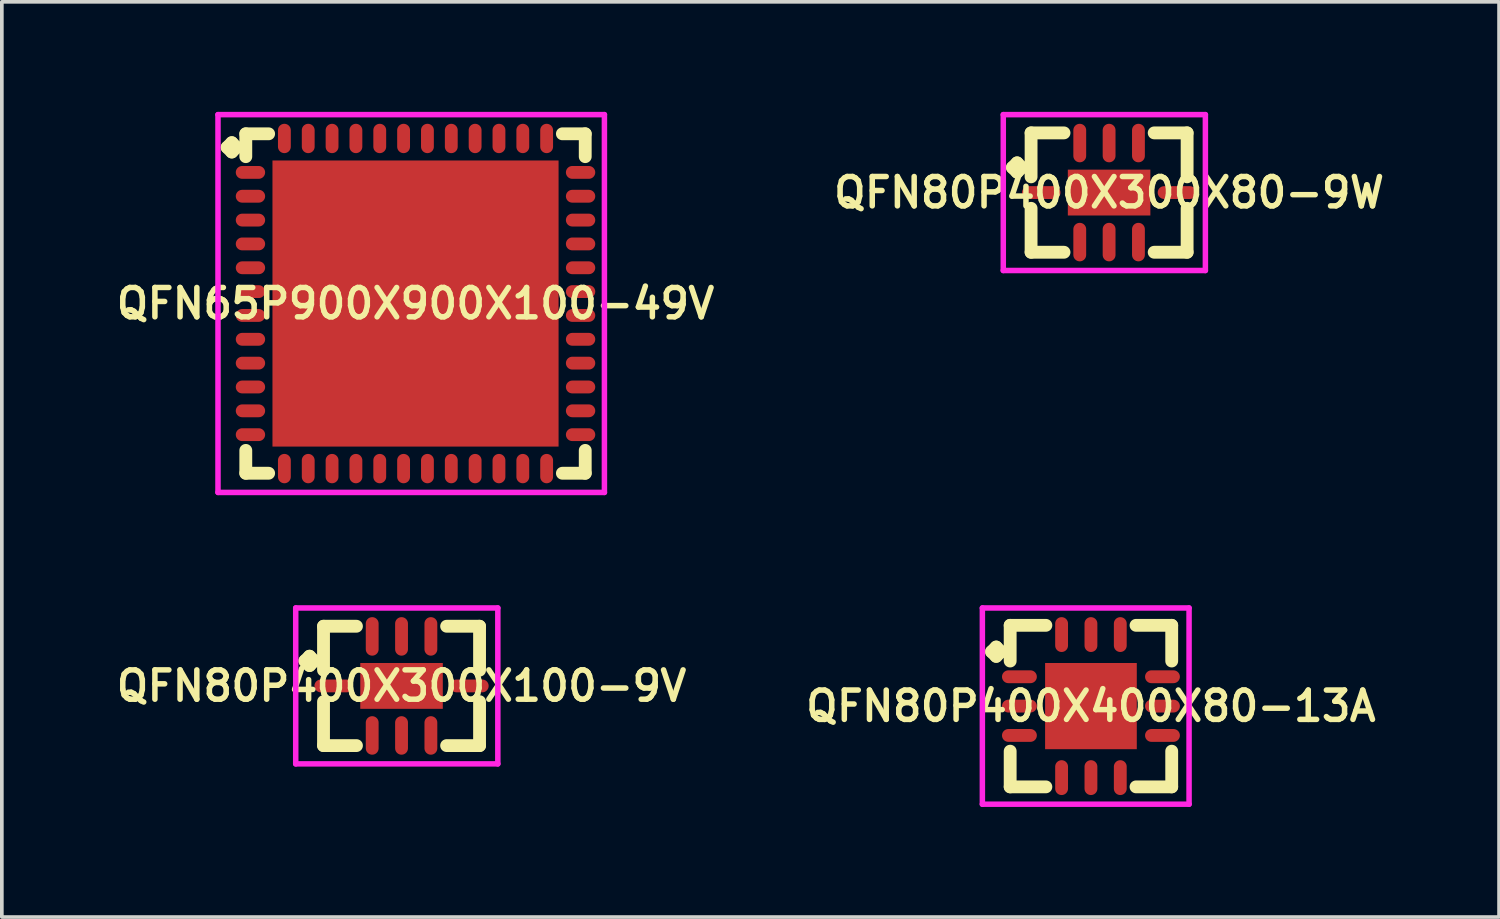
<source format=kicad_pcb>
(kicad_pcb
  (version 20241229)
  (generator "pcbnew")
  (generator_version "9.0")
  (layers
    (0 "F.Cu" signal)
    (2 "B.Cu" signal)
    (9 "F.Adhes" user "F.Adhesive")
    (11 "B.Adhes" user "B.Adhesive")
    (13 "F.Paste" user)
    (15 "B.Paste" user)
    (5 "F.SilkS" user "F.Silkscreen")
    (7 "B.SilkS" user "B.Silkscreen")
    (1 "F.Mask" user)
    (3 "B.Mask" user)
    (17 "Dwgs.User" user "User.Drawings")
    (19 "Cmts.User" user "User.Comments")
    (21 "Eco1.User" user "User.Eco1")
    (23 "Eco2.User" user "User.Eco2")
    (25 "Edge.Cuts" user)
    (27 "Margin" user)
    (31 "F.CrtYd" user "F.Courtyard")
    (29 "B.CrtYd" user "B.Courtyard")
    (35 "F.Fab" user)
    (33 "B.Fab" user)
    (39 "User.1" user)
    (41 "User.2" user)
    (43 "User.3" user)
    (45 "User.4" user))
  (footprint "QFN80P400X300X80-9W"
    (layer "F.Cu")
    (at 27.187 2.2)
    (property "Reference" "QFN80P400X300X80-9W" (at 0 0 0) (layer "F.SilkS") (effects (font (size 0.8 0.8) (thickness 0.15))))
    (attr smd)
    (fp_line (start -2.635 -0.683) (end -2.508 -0.81) (stroke (width 0.35) (type solid)) (layer "F.SilkS"))
    (fp_line (start -2.508 -0.81) (end -2.381 -0.683) (stroke (width 0.35) (type solid)) (layer "F.SilkS"))
    (fp_line (start -2.508 -0.556) (end -2.635 -0.683) (stroke (width 0.35) (type solid)) (layer "F.SilkS"))
    (fp_line (start -2.381 -0.683) (end -2.508 -0.556) (stroke (width 0.35) (type solid)) (layer "F.SilkS"))
    (fp_line (start -2.127 -1.627) (end -1.229 -1.627) (stroke (width 0.35) (type solid)) (layer "F.SilkS"))
    (fp_line (start -2.127 -0.429) (end -2.127 -1.627) (stroke (width 0.35) (type solid)) (layer "F.SilkS"))
    (fp_line (start -2.127 0.429) (end -2.127 1.627) (stroke (width 0.35) (type solid)) (layer "F.SilkS"))
    (fp_line (start -2.127 1.627) (end -1.229 1.627) (stroke (width 0.35) (type solid)) (layer "F.SilkS"))
    (fp_line (start 1.229 -1.627) (end 2.127 -1.627) (stroke (width 0.35) (type solid)) (layer "F.SilkS"))
    (fp_line (start 1.229 1.627) (end 2.127 1.627) (stroke (width 0.35) (type solid)) (layer "F.SilkS"))
    (fp_line (start 2.127 -1.627) (end 2.127 -0.429) (stroke (width 0.35) (type solid)) (layer "F.SilkS"))
    (fp_line (start 2.127 1.627) (end 2.127 0.429) (stroke (width 0.35) (type solid)) (layer "F.SilkS"))
    (fp_line (start -2.885 -2.125) (end 2.625 -2.125) (stroke (width 0.15) (type solid)) (layer "F.CrtYd"))
    (fp_line (start -2.885 2.125) (end -2.885 -2.125) (stroke (width 0.15) (type solid)) (layer "F.CrtYd"))
    (fp_line (start 2.625 -2.125) (end 2.625 2.125) (stroke (width 0.15) (type solid)) (layer "F.CrtYd"))
    (fp_line (start 2.625 2.125) (end -2.885 2.125) (stroke (width 0.15) (type solid)) (layer "F.CrtYd"))
    (pad "1" smd oval (at -1.85 0) (size 1.05 0.35) (layers "F.Cu" "F.Mask" "F.Paste"))
    (pad "2" smd oval (at -0.8 1.35) (size 0.35 1.05) (layers "F.Cu" "F.Mask" "F.Paste"))
    (pad "3" smd oval (at 0 1.35) (size 0.35 1.05) (layers "F.Cu" "F.Mask" "F.Paste"))
    (pad "4" smd oval (at 0.8 1.35) (size 0.35 1.05) (layers "F.Cu" "F.Mask" "F.Paste"))
    (pad "5" smd oval (at 1.85 0) (size 1.05 0.35) (layers "F.Cu" "F.Mask" "F.Paste"))
    (pad "6" smd oval (at 0.8 -1.35) (size 0.35 1.05) (layers "F.Cu" "F.Mask" "F.Paste"))
    (pad "7" smd oval (at 0 -1.35) (size 0.35 1.05) (layers "F.Cu" "F.Mask" "F.Paste"))
    (pad "8" smd oval (at -0.8 -1.35) (size 0.35 1.05) (layers "F.Cu" "F.Mask" "F.Paste"))
    (pad "9" smd rect (at 0 0) (size 2.25 1.25) (layers "F.Cu" "F.Mask" "F.Paste")))
  (footprint "QFN65P900X900X100-49V"
    (layer "F.Cu")
    (at 8.278 5.225)
    (property "Reference" "QFN65P900X900X100-49V" (at 0 0 0) (layer "F.SilkS") (effects (font (size 0.8 0.8) (thickness 0.15))))
    (attr smd)
    (fp_line (start -5.135 -4.258) (end -5.008 -4.385) (stroke (width 0.35) (type solid)) (layer "F.SilkS"))
    (fp_line (start -5.008 -4.385) (end -4.881 -4.258) (stroke (width 0.35) (type solid)) (layer "F.SilkS"))
    (fp_line (start -5.008 -4.131) (end -5.135 -4.258) (stroke (width 0.35) (type solid)) (layer "F.SilkS"))
    (fp_line (start -4.881 -4.258) (end -5.008 -4.131) (stroke (width 0.35) (type solid)) (layer "F.SilkS"))
    (fp_line (start -4.627 -4.627) (end -4.004 -4.627) (stroke (width 0.35) (type solid)) (layer "F.SilkS"))
    (fp_line (start -4.627 -4.004) (end -4.627 -4.627) (stroke (width 0.35) (type solid)) (layer "F.SilkS"))
    (fp_line (start -4.627 4.004) (end -4.627 4.627) (stroke (width 0.35) (type solid)) (layer "F.SilkS"))
    (fp_line (start -4.627 4.627) (end -4.004 4.627) (stroke (width 0.35) (type solid)) (layer "F.SilkS"))
    (fp_line (start 4.004 -4.627) (end 4.627 -4.627) (stroke (width 0.35) (type solid)) (layer "F.SilkS"))
    (fp_line (start 4.004 4.627) (end 4.627 4.627) (stroke (width 0.35) (type solid)) (layer "F.SilkS"))
    (fp_line (start 4.627 -4.627) (end 4.627 -4.004) (stroke (width 0.35) (type solid)) (layer "F.SilkS"))
    (fp_line (start 4.627 4.627) (end 4.627 4.004) (stroke (width 0.35) (type solid)) (layer "F.SilkS"))
    (fp_line (start -5.385 -5.15) (end 5.15 -5.15) (stroke (width 0.15) (type solid)) (layer "F.CrtYd"))
    (fp_line (start -5.385 5.15) (end -5.385 -5.15) (stroke (width 0.15) (type solid)) (layer "F.CrtYd"))
    (fp_line (start 5.15 -5.15) (end 5.15 5.15) (stroke (width 0.15) (type solid)) (layer "F.CrtYd"))
    (fp_line (start 5.15 5.15) (end -5.385 5.15) (stroke (width 0.15) (type solid)) (layer "F.CrtYd"))
    (pad "1" smd oval (at -4.5 -3.575) (size 0.8 0.35) (layers "F.Cu" "F.Mask" "F.Paste"))
    (pad "2" smd oval (at -4.5 -2.925) (size 0.8 0.35) (layers "F.Cu" "F.Mask" "F.Paste"))
    (pad "3" smd oval (at -4.5 -2.275) (size 0.8 0.35) (layers "F.Cu" "F.Mask" "F.Paste"))
    (pad "4" smd oval (at -4.5 -1.625) (size 0.8 0.35) (layers "F.Cu" "F.Mask" "F.Paste"))
    (pad "5" smd oval (at -4.5 -0.975) (size 0.8 0.35) (layers "F.Cu" "F.Mask" "F.Paste"))
    (pad "6" smd oval (at -4.5 -0.325) (size 0.8 0.35) (layers "F.Cu" "F.Mask" "F.Paste"))
    (pad "7" smd oval (at -4.5 0.325) (size 0.8 0.35) (layers "F.Cu" "F.Mask" "F.Paste"))
    (pad "8" smd oval (at -4.5 0.975) (size 0.8 0.35) (layers "F.Cu" "F.Mask" "F.Paste"))
    (pad "9" smd oval (at -4.5 1.625) (size 0.8 0.35) (layers "F.Cu" "F.Mask" "F.Paste"))
    (pad "10" smd oval (at -4.5 2.275) (size 0.8 0.35) (layers "F.Cu" "F.Mask" "F.Paste"))
    (pad "11" smd oval (at -4.5 2.925) (size 0.8 0.35) (layers "F.Cu" "F.Mask" "F.Paste"))
    (pad "12" smd oval (at -4.5 3.575) (size 0.8 0.35) (layers "F.Cu" "F.Mask" "F.Paste"))
    (pad "13" smd oval (at -3.575 4.5) (size 0.35 0.8) (layers "F.Cu" "F.Mask" "F.Paste"))
    (pad "14" smd oval (at -2.925 4.5) (size 0.35 0.8) (layers "F.Cu" "F.Mask" "F.Paste"))
    (pad "15" smd oval (at -2.275 4.5) (size 0.35 0.8) (layers "F.Cu" "F.Mask" "F.Paste"))
    (pad "16" smd oval (at -1.625 4.5) (size 0.35 0.8) (layers "F.Cu" "F.Mask" "F.Paste"))
    (pad "17" smd oval (at -0.975 4.5) (size 0.35 0.8) (layers "F.Cu" "F.Mask" "F.Paste"))
    (pad "18" smd oval (at -0.325 4.5) (size 0.35 0.8) (layers "F.Cu" "F.Mask" "F.Paste"))
    (pad "19" smd oval (at 0.325 4.5) (size 0.35 0.8) (layers "F.Cu" "F.Mask" "F.Paste"))
    (pad "20" smd oval (at 0.975 4.5) (size 0.35 0.8) (layers "F.Cu" "F.Mask" "F.Paste"))
    (pad "21" smd oval (at 1.625 4.5) (size 0.35 0.8) (layers "F.Cu" "F.Mask" "F.Paste"))
    (pad "22" smd oval (at 2.275 4.5) (size 0.35 0.8) (layers "F.Cu" "F.Mask" "F.Paste"))
    (pad "23" smd oval (at 2.925 4.5) (size 0.35 0.8) (layers "F.Cu" "F.Mask" "F.Paste"))
    (pad "24" smd oval (at 3.575 4.5) (size 0.35 0.8) (layers "F.Cu" "F.Mask" "F.Paste"))
    (pad "25" smd oval (at 4.5 3.575) (size 0.8 0.35) (layers "F.Cu" "F.Mask" "F.Paste"))
    (pad "26" smd oval (at 4.5 2.925) (size 0.8 0.35) (layers "F.Cu" "F.Mask" "F.Paste"))
    (pad "27" smd oval (at 4.5 2.275) (size 0.8 0.35) (layers "F.Cu" "F.Mask" "F.Paste"))
    (pad "28" smd oval (at 4.5 1.625) (size 0.8 0.35) (layers "F.Cu" "F.Mask" "F.Paste"))
    (pad "29" smd oval (at 4.5 0.975) (size 0.8 0.35) (layers "F.Cu" "F.Mask" "F.Paste"))
    (pad "30" smd oval (at 4.5 0.325) (size 0.8 0.35) (layers "F.Cu" "F.Mask" "F.Paste"))
    (pad "31" smd oval (at 4.5 -0.325) (size 0.8 0.35) (layers "F.Cu" "F.Mask" "F.Paste"))
    (pad "32" smd oval (at 4.5 -0.975) (size 0.8 0.35) (layers "F.Cu" "F.Mask" "F.Paste"))
    (pad "33" smd oval (at 4.5 -1.625) (size 0.8 0.35) (layers "F.Cu" "F.Mask" "F.Paste"))
    (pad "34" smd oval (at 4.5 -2.275) (size 0.8 0.35) (layers "F.Cu" "F.Mask" "F.Paste"))
    (pad "35" smd oval (at 4.5 -2.925) (size 0.8 0.35) (layers "F.Cu" "F.Mask" "F.Paste"))
    (pad "36" smd oval (at 4.5 -3.575) (size 0.8 0.35) (layers "F.Cu" "F.Mask" "F.Paste"))
    (pad "37" smd oval (at 3.575 -4.5) (size 0.35 0.8) (layers "F.Cu" "F.Mask" "F.Paste"))
    (pad "38" smd oval (at 2.925 -4.5) (size 0.35 0.8) (layers "F.Cu" "F.Mask" "F.Paste"))
    (pad "39" smd oval (at 2.275 -4.5) (size 0.35 0.8) (layers "F.Cu" "F.Mask" "F.Paste"))
    (pad "40" smd oval (at 1.625 -4.5) (size 0.35 0.8) (layers "F.Cu" "F.Mask" "F.Paste"))
    (pad "41" smd oval (at 0.975 -4.5) (size 0.35 0.8) (layers "F.Cu" "F.Mask" "F.Paste"))
    (pad "42" smd oval (at 0.325 -4.5) (size 0.35 0.8) (layers "F.Cu" "F.Mask" "F.Paste"))
    (pad "43" smd oval (at -0.325 -4.5) (size 0.35 0.8) (layers "F.Cu" "F.Mask" "F.Paste"))
    (pad "44" smd oval (at -0.975 -4.5) (size 0.35 0.8) (layers "F.Cu" "F.Mask" "F.Paste"))
    (pad "45" smd oval (at -1.625 -4.5) (size 0.35 0.8) (layers "F.Cu" "F.Mask" "F.Paste"))
    (pad "46" smd oval (at -2.275 -4.5) (size 0.35 0.8) (layers "F.Cu" "F.Mask" "F.Paste"))
    (pad "47" smd oval (at -2.925 -4.5) (size 0.35 0.8) (layers "F.Cu" "F.Mask" "F.Paste"))
    (pad "48" smd oval (at -3.575 -4.5) (size 0.35 0.8) (layers "F.Cu" "F.Mask" "F.Paste"))
    (pad "49" smd rect (at 0 0) (size 7.8 7.8) (layers "F.Cu" "F.Mask" "F.Paste")))
  (footprint "QFN80P400X300X100-9V"
    (layer "F.Cu")
    (at 7.897 15.65)
    (property "Reference" "QFN80P400X300X100-9V" (at 0 0 0) (layer "F.SilkS") (effects (font (size 0.8 0.8) (thickness 0.15))))
    (attr smd)
    (fp_line (start -2.635 -0.683) (end -2.508 -0.81) (stroke (width 0.35) (type solid)) (layer "F.SilkS"))
    (fp_line (start -2.508 -0.81) (end -2.381 -0.683) (stroke (width 0.35) (type solid)) (layer "F.SilkS"))
    (fp_line (start -2.508 -0.556) (end -2.635 -0.683) (stroke (width 0.35) (type solid)) (layer "F.SilkS"))
    (fp_line (start -2.381 -0.683) (end -2.508 -0.556) (stroke (width 0.35) (type solid)) (layer "F.SilkS"))
    (fp_line (start -2.127 -1.627) (end -1.229 -1.627) (stroke (width 0.35) (type solid)) (layer "F.SilkS"))
    (fp_line (start -2.127 -0.429) (end -2.127 -1.627) (stroke (width 0.35) (type solid)) (layer "F.SilkS"))
    (fp_line (start -2.127 0.429) (end -2.127 1.627) (stroke (width 0.35) (type solid)) (layer "F.SilkS"))
    (fp_line (start -2.127 1.627) (end -1.229 1.627) (stroke (width 0.35) (type solid)) (layer "F.SilkS"))
    (fp_line (start 1.229 -1.627) (end 2.127 -1.627) (stroke (width 0.35) (type solid)) (layer "F.SilkS"))
    (fp_line (start 1.229 1.627) (end 2.127 1.627) (stroke (width 0.35) (type solid)) (layer "F.SilkS"))
    (fp_line (start 2.127 -1.627) (end 2.127 -0.429) (stroke (width 0.35) (type solid)) (layer "F.SilkS"))
    (fp_line (start 2.127 1.627) (end 2.127 0.429) (stroke (width 0.35) (type solid)) (layer "F.SilkS"))
    (fp_line (start -2.885 -2.125) (end 2.625 -2.125) (stroke (width 0.15) (type solid)) (layer "F.CrtYd"))
    (fp_line (start -2.885 2.125) (end -2.885 -2.125) (stroke (width 0.15) (type solid)) (layer "F.CrtYd"))
    (fp_line (start 2.625 -2.125) (end 2.625 2.125) (stroke (width 0.15) (type solid)) (layer "F.CrtYd"))
    (fp_line (start 2.625 2.125) (end -2.885 2.125) (stroke (width 0.15) (type solid)) (layer "F.CrtYd"))
    (pad "1" smd oval (at -1.85 0) (size 1.05 0.35) (layers "F.Cu" "F.Mask" "F.Paste"))
    (pad "2" smd oval (at -0.8 1.35) (size 0.35 1.05) (layers "F.Cu" "F.Mask" "F.Paste"))
    (pad "3" smd oval (at 0 1.35) (size 0.35 1.05) (layers "F.Cu" "F.Mask" "F.Paste"))
    (pad "4" smd oval (at 0.8 1.35) (size 0.35 1.05) (layers "F.Cu" "F.Mask" "F.Paste"))
    (pad "5" smd oval (at 1.85 0) (size 1.05 0.35) (layers "F.Cu" "F.Mask" "F.Paste"))
    (pad "6" smd oval (at 0.8 -1.35) (size 0.35 1.05) (layers "F.Cu" "F.Mask" "F.Paste"))
    (pad "7" smd oval (at 0 -1.35) (size 0.35 1.05) (layers "F.Cu" "F.Mask" "F.Paste"))
    (pad "8" smd oval (at -0.8 -1.35) (size 0.35 1.05) (layers "F.Cu" "F.Mask" "F.Paste"))
    (pad "9" smd rect (at 0 0) (size 2.25 1.25) (layers "F.Cu" "F.Mask" "F.Paste")))
  (footprint "QFN80P400X400X80-13A"
    (layer "F.Cu")
    (at 26.692 16.2)
    (property "Reference" "QFN80P400X400X80-13A" (at 0 0 0) (layer "F.SilkS") (effects (font (size 0.8 0.8) (thickness 0.15))))
    (attr smd)
    (fp_line (start -2.71 -1.483) (end -2.583 -1.61) (stroke (width 0.35) (type solid)) (layer "F.SilkS"))
    (fp_line (start -2.583 -1.61) (end -2.456 -1.483) (stroke (width 0.35) (type solid)) (layer "F.SilkS"))
    (fp_line (start -2.583 -1.356) (end -2.71 -1.483) (stroke (width 0.35) (type solid)) (layer "F.SilkS"))
    (fp_line (start -2.456 -1.483) (end -2.583 -1.356) (stroke (width 0.35) (type solid)) (layer "F.SilkS"))
    (fp_line (start -2.202 -2.202) (end -1.229 -2.202) (stroke (width 0.35) (type solid)) (layer "F.SilkS"))
    (fp_line (start -2.202 -1.229) (end -2.202 -2.202) (stroke (width 0.35) (type solid)) (layer "F.SilkS"))
    (fp_line (start -2.202 1.229) (end -2.202 2.202) (stroke (width 0.35) (type solid)) (layer "F.SilkS"))
    (fp_line (start -2.202 2.202) (end -1.229 2.202) (stroke (width 0.35) (type solid)) (layer "F.SilkS"))
    (fp_line (start 1.229 -2.202) (end 2.202 -2.202) (stroke (width 0.35) (type solid)) (layer "F.SilkS"))
    (fp_line (start 1.229 2.202) (end 2.202 2.202) (stroke (width 0.35) (type solid)) (layer "F.SilkS"))
    (fp_line (start 2.202 -2.202) (end 2.202 -1.229) (stroke (width 0.35) (type solid)) (layer "F.SilkS"))
    (fp_line (start 2.202 2.202) (end 2.202 1.229) (stroke (width 0.35) (type solid)) (layer "F.SilkS"))
    (fp_line (start -2.96 -2.675) (end 2.675 -2.675) (stroke (width 0.15) (type solid)) (layer "F.CrtYd"))
    (fp_line (start -2.96 2.675) (end -2.96 -2.675) (stroke (width 0.15) (type solid)) (layer "F.CrtYd"))
    (fp_line (start 2.675 -2.675) (end 2.675 2.675) (stroke (width 0.15) (type solid)) (layer "F.CrtYd"))
    (fp_line (start 2.675 2.675) (end -2.96 2.675) (stroke (width 0.15) (type solid)) (layer "F.CrtYd"))
    (pad "1" smd oval (at -1.95 -0.8) (size 0.95 0.35) (layers "F.Cu" "F.Mask" "F.Paste"))
    (pad "2" smd oval (at -1.95 0) (size 0.95 0.35) (layers "F.Cu" "F.Mask" "F.Paste"))
    (pad "3" smd oval (at -1.95 0.8) (size 0.95 0.35) (layers "F.Cu" "F.Mask" "F.Paste"))
    (pad "4" smd oval (at -0.8 1.95) (size 0.35 0.95) (layers "F.Cu" "F.Mask" "F.Paste"))
    (pad "5" smd oval (at 0 1.95) (size 0.35 0.95) (layers "F.Cu" "F.Mask" "F.Paste"))
    (pad "6" smd oval (at 0.8 1.95) (size 0.35 0.95) (layers "F.Cu" "F.Mask" "F.Paste"))
    (pad "7" smd oval (at 1.95 0.8) (size 0.95 0.35) (layers "F.Cu" "F.Mask" "F.Paste"))
    (pad "8" smd oval (at 1.95 0) (size 0.95 0.35) (layers "F.Cu" "F.Mask" "F.Paste"))
    (pad "9" smd oval (at 1.95 -0.8) (size 0.95 0.35) (layers "F.Cu" "F.Mask" "F.Paste"))
    (pad "10" smd oval (at 0.8 -1.95) (size 0.35 0.95) (layers "F.Cu" "F.Mask" "F.Paste"))
    (pad "11" smd oval (at 0 -1.95) (size 0.35 0.95) (layers "F.Cu" "F.Mask" "F.Paste"))
    (pad "12" smd oval (at -0.8 -1.95) (size 0.35 0.95) (layers "F.Cu" "F.Mask" "F.Paste"))
    (pad "13" smd rect (at 0 0) (size 2.5 2.35) (layers "F.Cu" "F.Mask" "F.Paste")))
  (gr_rect
    (start -3 -3)
    (end 37.818 21.95)
    (stroke (width 0.1) (type default))
    (fill no)
    (layer "Edge.Cuts")))
</source>
